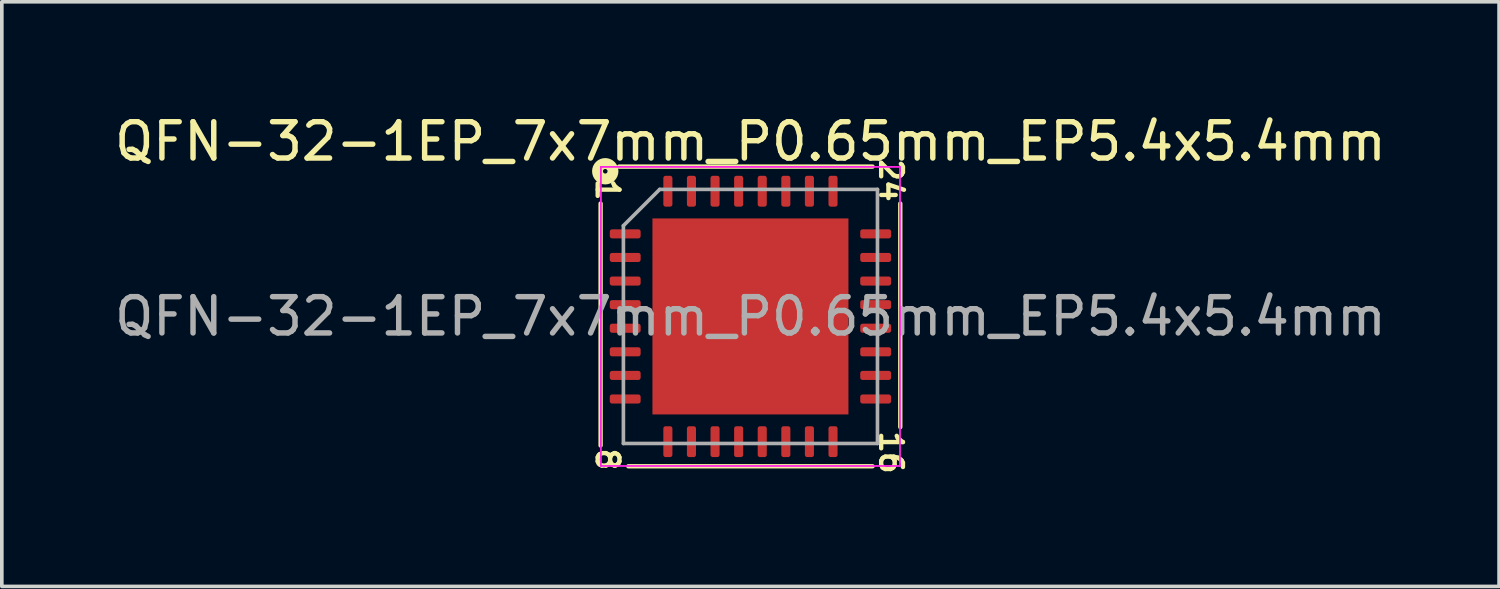
<source format=kicad_pcb>
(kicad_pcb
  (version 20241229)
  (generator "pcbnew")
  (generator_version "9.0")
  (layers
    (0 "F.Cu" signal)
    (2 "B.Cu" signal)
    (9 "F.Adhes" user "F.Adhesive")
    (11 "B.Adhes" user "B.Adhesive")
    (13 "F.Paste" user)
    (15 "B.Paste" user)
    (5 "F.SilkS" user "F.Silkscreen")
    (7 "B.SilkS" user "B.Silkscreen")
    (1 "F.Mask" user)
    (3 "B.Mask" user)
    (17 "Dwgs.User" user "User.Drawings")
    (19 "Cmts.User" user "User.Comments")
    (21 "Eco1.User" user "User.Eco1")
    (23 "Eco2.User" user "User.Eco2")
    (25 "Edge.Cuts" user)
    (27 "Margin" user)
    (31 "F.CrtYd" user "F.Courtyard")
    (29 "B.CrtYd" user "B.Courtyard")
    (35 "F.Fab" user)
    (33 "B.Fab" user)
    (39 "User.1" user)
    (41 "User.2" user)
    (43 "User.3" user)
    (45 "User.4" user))
  (footprint "QFN-32-1EP_7x7mm_P0.65mm_EP5.4x5.4mm"
    (layer "F.Cu")
    (at 17.625 5.668)
    (property "Reference" "QFN-32-1EP_7x7mm_P0.65mm_EP5.4x5.4mm" (at 0 -4.82 0) (layer "F.SilkS") (effects (font (size 1 1) (thickness 0.15))))
    (attr smd)
    (fp_line (start -4.128 -3.111) (end -4.128 3.556) (stroke (width 0.12) (type solid)) (layer "F.SilkS"))
    (fp_line (start -3.365 4.128) (end 3.365 4.128) (stroke (width 0.12) (type solid)) (layer "F.SilkS"))
    (fp_line (start 3.365 -4.128) (end -3.619 -4.128) (stroke (width 0.12) (type solid)) (layer "F.SilkS"))
    (fp_line (start 4.128 3.048) (end 4.128 -3.111) (stroke (width 0.12) (type solid)) (layer "F.SilkS"))
    (fp_circle (center -4 -4) (end -3.937 -4) (stroke (width 0.3) (type solid)) (fill no) (layer "F.SilkS"))
    (fp_line (start -4.12 -4.12) (end -4.12 4.12) (stroke (width 0.05) (type solid)) (layer "F.CrtYd"))
    (fp_line (start -4.12 4.12) (end 4.12 4.12) (stroke (width 0.05) (type solid)) (layer "F.CrtYd"))
    (fp_line (start 4.12 -4.12) (end -4.12 -4.12) (stroke (width 0.05) (type solid)) (layer "F.CrtYd"))
    (fp_line (start 4.12 4.12) (end 4.12 -4.12) (stroke (width 0.05) (type solid)) (layer "F.CrtYd"))
    (fp_line (start -3.5 -2.5) (end -2.5 -3.5) (stroke (width 0.1) (type solid)) (layer "F.Fab"))
    (fp_line (start -3.5 3.5) (end -3.5 -2.5) (stroke (width 0.1) (type solid)) (layer "F.Fab"))
    (fp_line (start -2.5 -3.5) (end 3.5 -3.5) (stroke (width 0.1) (type solid)) (layer "F.Fab"))
    (fp_line (start 3.5 -3.5) (end 3.5 3.5) (stroke (width 0.1) (type solid)) (layer "F.Fab"))
    (fp_line (start 3.5 3.5) (end -3.5 3.5) (stroke (width 0.1) (type solid)) (layer "F.Fab"))
    (fp_text user "24" (at 3.873 -3.747 270) (unlocked yes) (layer "F.SilkS") (effects (font (size 0.6 0.6) (thickness 0.12))))
    (fp_text user "8" (at -3.937 3.937 270) (unlocked yes) (layer "F.SilkS") (effects (font (size 0.6 0.6) (thickness 0.12))))
    (fp_text user "1" (at -3.937 -3.493 270) (unlocked yes) (layer "F.SilkS") (effects (font (size 0.6 0.6) (thickness 0.12))))
    (fp_text user "16" (at 3.873 3.747 270) (unlocked yes) (layer "F.SilkS") (effects (font (size 0.6 0.6) (thickness 0.12))))
    (fp_text user "${REFERENCE}" (at 0 0 0) (layer "F.Fab") (effects (font (size 1 1) (thickness 0.15))))
    (pad "" smd roundrect (at -2.025 -2.025) (size 1.09 1.09) (layers "F.Paste") (roundrect_rratio 0.229))
    (pad "" smd roundrect (at -2.025 -0.675) (size 1.09 1.09) (layers "F.Paste") (roundrect_rratio 0.229))
    (pad "" smd roundrect (at -2.025 0.675) (size 1.09 1.09) (layers "F.Paste") (roundrect_rratio 0.229))
    (pad "" smd roundrect (at -2.025 2.025) (size 1.09 1.09) (layers "F.Paste") (roundrect_rratio 0.229))
    (pad "" smd roundrect (at -0.675 -2.025) (size 1.09 1.09) (layers "F.Paste") (roundrect_rratio 0.229))
    (pad "" smd roundrect (at -0.675 -0.675) (size 1.09 1.09) (layers "F.Paste") (roundrect_rratio 0.229))
    (pad "" smd roundrect (at -0.675 0.675) (size 1.09 1.09) (layers "F.Paste") (roundrect_rratio 0.229))
    (pad "" smd roundrect (at -0.675 2.025) (size 1.09 1.09) (layers "F.Paste") (roundrect_rratio 0.229))
    (pad "" smd roundrect (at 0.675 -2.025) (size 1.09 1.09) (layers "F.Paste") (roundrect_rratio 0.229))
    (pad "" smd roundrect (at 0.675 -0.675) (size 1.09 1.09) (layers "F.Paste") (roundrect_rratio 0.229))
    (pad "" smd roundrect (at 0.675 0.675) (size 1.09 1.09) (layers "F.Paste") (roundrect_rratio 0.229))
    (pad "" smd roundrect (at 0.675 2.025) (size 1.09 1.09) (layers "F.Paste") (roundrect_rratio 0.229))
    (pad "" smd roundrect (at 2.025 -2.025) (size 1.09 1.09) (layers "F.Paste") (roundrect_rratio 0.229))
    (pad "" smd roundrect (at 2.025 -0.675) (size 1.09 1.09) (layers "F.Paste") (roundrect_rratio 0.229))
    (pad "" smd roundrect (at 2.025 0.675) (size 1.09 1.09) (layers "F.Paste") (roundrect_rratio 0.229))
    (pad "" smd roundrect (at 2.025 2.025) (size 1.09 1.09) (layers "F.Paste") (roundrect_rratio 0.229))
    (pad "1" smd roundrect (at -3.45 -2.275) (size 0.85 0.25) (layers "F.Cu" "F.Mask" "F.Paste") (roundrect_rratio 0.25))
    (pad "2" smd roundrect (at -3.45 -1.625) (size 0.85 0.25) (layers "F.Cu" "F.Mask" "F.Paste") (roundrect_rratio 0.25))
    (pad "3" smd roundrect (at -3.45 -0.975) (size 0.85 0.25) (layers "F.Cu" "F.Mask" "F.Paste") (roundrect_rratio 0.25))
    (pad "4" smd roundrect (at -3.45 -0.325) (size 0.85 0.25) (layers "F.Cu" "F.Mask" "F.Paste") (roundrect_rratio 0.25))
    (pad "5" smd roundrect (at -3.45 0.325) (size 0.85 0.25) (layers "F.Cu" "F.Mask" "F.Paste") (roundrect_rratio 0.25))
    (pad "6" smd roundrect (at -3.45 0.975) (size 0.85 0.25) (layers "F.Cu" "F.Mask" "F.Paste") (roundrect_rratio 0.25))
    (pad "7" smd roundrect (at -3.45 1.625) (size 0.85 0.25) (layers "F.Cu" "F.Mask" "F.Paste") (roundrect_rratio 0.25))
    (pad "8" smd roundrect (at -3.45 2.275) (size 0.85 0.25) (layers "F.Cu" "F.Mask" "F.Paste") (roundrect_rratio 0.25))
    (pad "9" smd roundrect (at -2.275 3.45) (size 0.25 0.85) (layers "F.Cu" "F.Mask" "F.Paste") (roundrect_rratio 0.25))
    (pad "10" smd roundrect (at -1.625 3.45) (size 0.25 0.85) (layers "F.Cu" "F.Mask" "F.Paste") (roundrect_rratio 0.25))
    (pad "11" smd roundrect (at -0.975 3.45) (size 0.25 0.85) (layers "F.Cu" "F.Mask" "F.Paste") (roundrect_rratio 0.25))
    (pad "12" smd roundrect (at -0.325 3.45) (size 0.25 0.85) (layers "F.Cu" "F.Mask" "F.Paste") (roundrect_rratio 0.25))
    (pad "13" smd roundrect (at 0.325 3.45) (size 0.25 0.85) (layers "F.Cu" "F.Mask" "F.Paste") (roundrect_rratio 0.25))
    (pad "14" smd roundrect (at 0.975 3.45) (size 0.25 0.85) (layers "F.Cu" "F.Mask" "F.Paste") (roundrect_rratio 0.25))
    (pad "15" smd roundrect (at 1.625 3.45) (size 0.25 0.85) (layers "F.Cu" "F.Mask" "F.Paste") (roundrect_rratio 0.25))
    (pad "16" smd roundrect (at 2.275 3.45) (size 0.25 0.85) (layers "F.Cu" "F.Mask" "F.Paste") (roundrect_rratio 0.25))
    (pad "17" smd roundrect (at 3.45 2.275) (size 0.85 0.25) (layers "F.Cu" "F.Mask" "F.Paste") (roundrect_rratio 0.25))
    (pad "18" smd roundrect (at 3.45 1.625) (size 0.85 0.25) (layers "F.Cu" "F.Mask" "F.Paste") (roundrect_rratio 0.25))
    (pad "19" smd roundrect (at 3.45 0.975) (size 0.85 0.25) (layers "F.Cu" "F.Mask" "F.Paste") (roundrect_rratio 0.25))
    (pad "20" smd roundrect (at 3.45 0.325) (size 0.85 0.25) (layers "F.Cu" "F.Mask" "F.Paste") (roundrect_rratio 0.25))
    (pad "21" smd roundrect (at 3.45 -0.325) (size 0.85 0.25) (layers "F.Cu" "F.Mask" "F.Paste") (roundrect_rratio 0.25))
    (pad "22" smd roundrect (at 3.45 -0.975) (size 0.85 0.25) (layers "F.Cu" "F.Mask" "F.Paste") (roundrect_rratio 0.25))
    (pad "23" smd roundrect (at 3.45 -1.625) (size 0.85 0.25) (layers "F.Cu" "F.Mask" "F.Paste") (roundrect_rratio 0.25))
    (pad "24" smd roundrect (at 3.45 -2.275) (size 0.85 0.25) (layers "F.Cu" "F.Mask" "F.Paste") (roundrect_rratio 0.25))
    (pad "25" smd roundrect (at 2.275 -3.45) (size 0.25 0.85) (layers "F.Cu" "F.Mask" "F.Paste") (roundrect_rratio 0.25))
    (pad "26" smd roundrect (at 1.625 -3.45) (size 0.25 0.85) (layers "F.Cu" "F.Mask" "F.Paste") (roundrect_rratio 0.25))
    (pad "27" smd roundrect (at 0.975 -3.45) (size 0.25 0.85) (layers "F.Cu" "F.Mask" "F.Paste") (roundrect_rratio 0.25))
    (pad "28" smd roundrect (at 0.325 -3.45) (size 0.25 0.85) (layers "F.Cu" "F.Mask" "F.Paste") (roundrect_rratio 0.25))
    (pad "29" smd roundrect (at -0.325 -3.45) (size 0.25 0.85) (layers "F.Cu" "F.Mask" "F.Paste") (roundrect_rratio 0.25))
    (pad "30" smd roundrect (at -0.975 -3.45) (size 0.25 0.85) (layers "F.Cu" "F.Mask" "F.Paste") (roundrect_rratio 0.25))
    (pad "31" smd roundrect (at -1.625 -3.45) (size 0.25 0.85) (layers "F.Cu" "F.Mask" "F.Paste") (roundrect_rratio 0.25))
    (pad "32" smd roundrect (at -2.275 -3.45) (size 0.25 0.85) (layers "F.Cu" "F.Mask" "F.Paste") (roundrect_rratio 0.25))
    (pad "33" smd rect (at 0 0) (size 5.4 5.4) (layers "F.Cu" "F.Mask")))
  (gr_rect
    (start -3 -3)
    (end 38.25 13.106)
    (stroke (width 0.1) (type default))
    (fill no)
    (layer "Edge.Cuts")))
</source>
